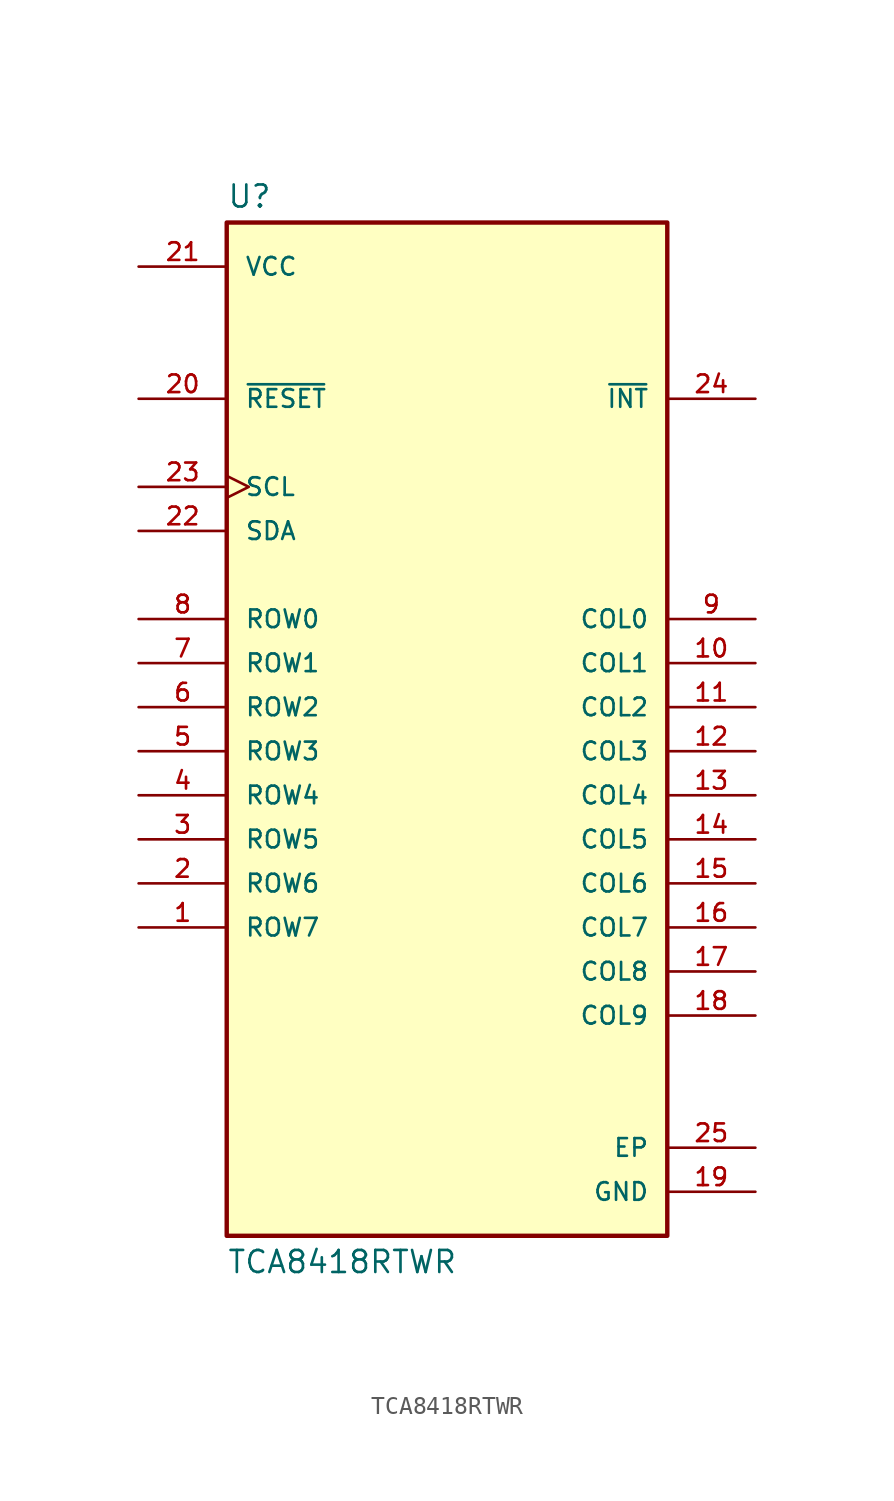
<source format=kicad_sym>
(kicad_symbol_lib
  (version 20211014)
  (generator kicad_symbol_editor)
  (symbol "TCA8418RTWR"
    (pin_names
      (offset 1.016))
    (property "Reference" "U"
      (at -12.7 28.702 0.0)
      (effects (font (size 1.27 1.27)) (justify bottom left)))
    (property "Value" "TCA8418RTWR"
      (at -12.7 -31.242 0.0)
      (effects (font (size 1.27 1.27)) (justify top left)))
    (symbol "TCA8418RTWR_0_0"
      (rectangle (start -12.7 -30.48) (end 12.7 27.94) (stroke (width 0.254)) (fill (type background)))
      (pin input line (at -17.78 17.78 0) (length 5.08) (name "~{RESET}" (effects (font (size 1.016 1.016)))) (number "20" (effects (font (size 1.016 1.016)))))
      (pin input clock (at -17.78 12.7 0) (length 5.08) (name "SCL" (effects (font (size 1.016 1.016)))) (number "23" (effects (font (size 1.016 1.016)))))
      (pin bidirectional line (at 17.78 5.08 180.0) (length 5.08) (name "COL0" (effects (font (size 1.016 1.016)))) (number "9" (effects (font (size 1.016 1.016)))))
      (pin bidirectional line (at 17.78 2.54 180.0) (length 5.08) (name "COL1" (effects (font (size 1.016 1.016)))) (number "10" (effects (font (size 1.016 1.016)))))
      (pin bidirectional line (at 17.78 0.0 180.0) (length 5.08) (name "COL2" (effects (font (size 1.016 1.016)))) (number "11" (effects (font (size 1.016 1.016)))))
      (pin bidirectional line (at 17.78 -2.54 180.0) (length 5.08) (name "COL3" (effects (font (size 1.016 1.016)))) (number "12" (effects (font (size 1.016 1.016)))))
      (pin bidirectional line (at 17.78 -5.08 180.0) (length 5.08) (name "COL4" (effects (font (size 1.016 1.016)))) (number "13" (effects (font (size 1.016 1.016)))))
      (pin passive line (at 17.78 -25.4 180.0) (length 5.08) (name "EP" (effects (font (size 1.016 1.016)))) (number "25" (effects (font (size 1.016 1.016)))))
      (pin bidirectional line (at -17.78 5.08 0) (length 5.08) (name "ROW0" (effects (font (size 1.016 1.016)))) (number "8" (effects (font (size 1.016 1.016)))))
      (pin bidirectional line (at -17.78 2.54 0) (length 5.08) (name "ROW1" (effects (font (size 1.016 1.016)))) (number "7" (effects (font (size 1.016 1.016)))))
      (pin bidirectional line (at -17.78 0.0 0) (length 5.08) (name "ROW2" (effects (font (size 1.016 1.016)))) (number "6" (effects (font (size 1.016 1.016)))))
      (pin bidirectional line (at -17.78 -2.54 0) (length 5.08) (name "ROW3" (effects (font (size 1.016 1.016)))) (number "5" (effects (font (size 1.016 1.016)))))
      (pin bidirectional line (at -17.78 10.16 0) (length 5.08) (name "SDA" (effects (font (size 1.016 1.016)))) (number "22" (effects (font (size 1.016 1.016)))))
      (pin power_in line (at -17.78 25.4 0) (length 5.08) (name "VCC" (effects (font (size 1.016 1.016)))) (number "21" (effects (font (size 1.016 1.016)))))
      (pin output line (at 17.78 17.78 180.0) (length 5.08) (name "~{INT}" (effects (font (size 1.016 1.016)))) (number "24" (effects (font (size 1.016 1.016)))))
      (pin bidirectional line (at 17.78 -7.62 180.0) (length 5.08) (name "COL5" (effects (font (size 1.016 1.016)))) (number "14" (effects (font (size 1.016 1.016)))))
      (pin bidirectional line (at 17.78 -10.16 180.0) (length 5.08) (name "COL6" (effects (font (size 1.016 1.016)))) (number "15" (effects (font (size 1.016 1.016)))))
      (pin bidirectional line (at 17.78 -12.7 180.0) (length 5.08) (name "COL7" (effects (font (size 1.016 1.016)))) (number "16" (effects (font (size 1.016 1.016)))))
      (pin bidirectional line (at 17.78 -15.24 180.0) (length 5.08) (name "COL8" (effects (font (size 1.016 1.016)))) (number "17" (effects (font (size 1.016 1.016)))))
      (pin bidirectional line (at 17.78 -17.78 180.0) (length 5.08) (name "COL9" (effects (font (size 1.016 1.016)))) (number "18" (effects (font (size 1.016 1.016)))))
      (pin bidirectional line (at -17.78 -5.08 0) (length 5.08) (name "ROW4" (effects (font (size 1.016 1.016)))) (number "4" (effects (font (size 1.016 1.016)))))
      (pin bidirectional line (at -17.78 -7.62 0) (length 5.08) (name "ROW5" (effects (font (size 1.016 1.016)))) (number "3" (effects (font (size 1.016 1.016)))))
      (pin bidirectional line (at -17.78 -10.16 0) (length 5.08) (name "ROW6" (effects (font (size 1.016 1.016)))) (number "2" (effects (font (size 1.016 1.016)))))
      (pin bidirectional line (at -17.78 -12.7 0) (length 5.08) (name "ROW7" (effects (font (size 1.016 1.016)))) (number "1" (effects (font (size 1.016 1.016)))))
      (pin power_in line (at 17.78 -27.94 180.0) (length 5.08) (name "GND" (effects (font (size 1.016 1.016)))) (number "19" (effects (font (size 1.016 1.016))))))))
</source>
